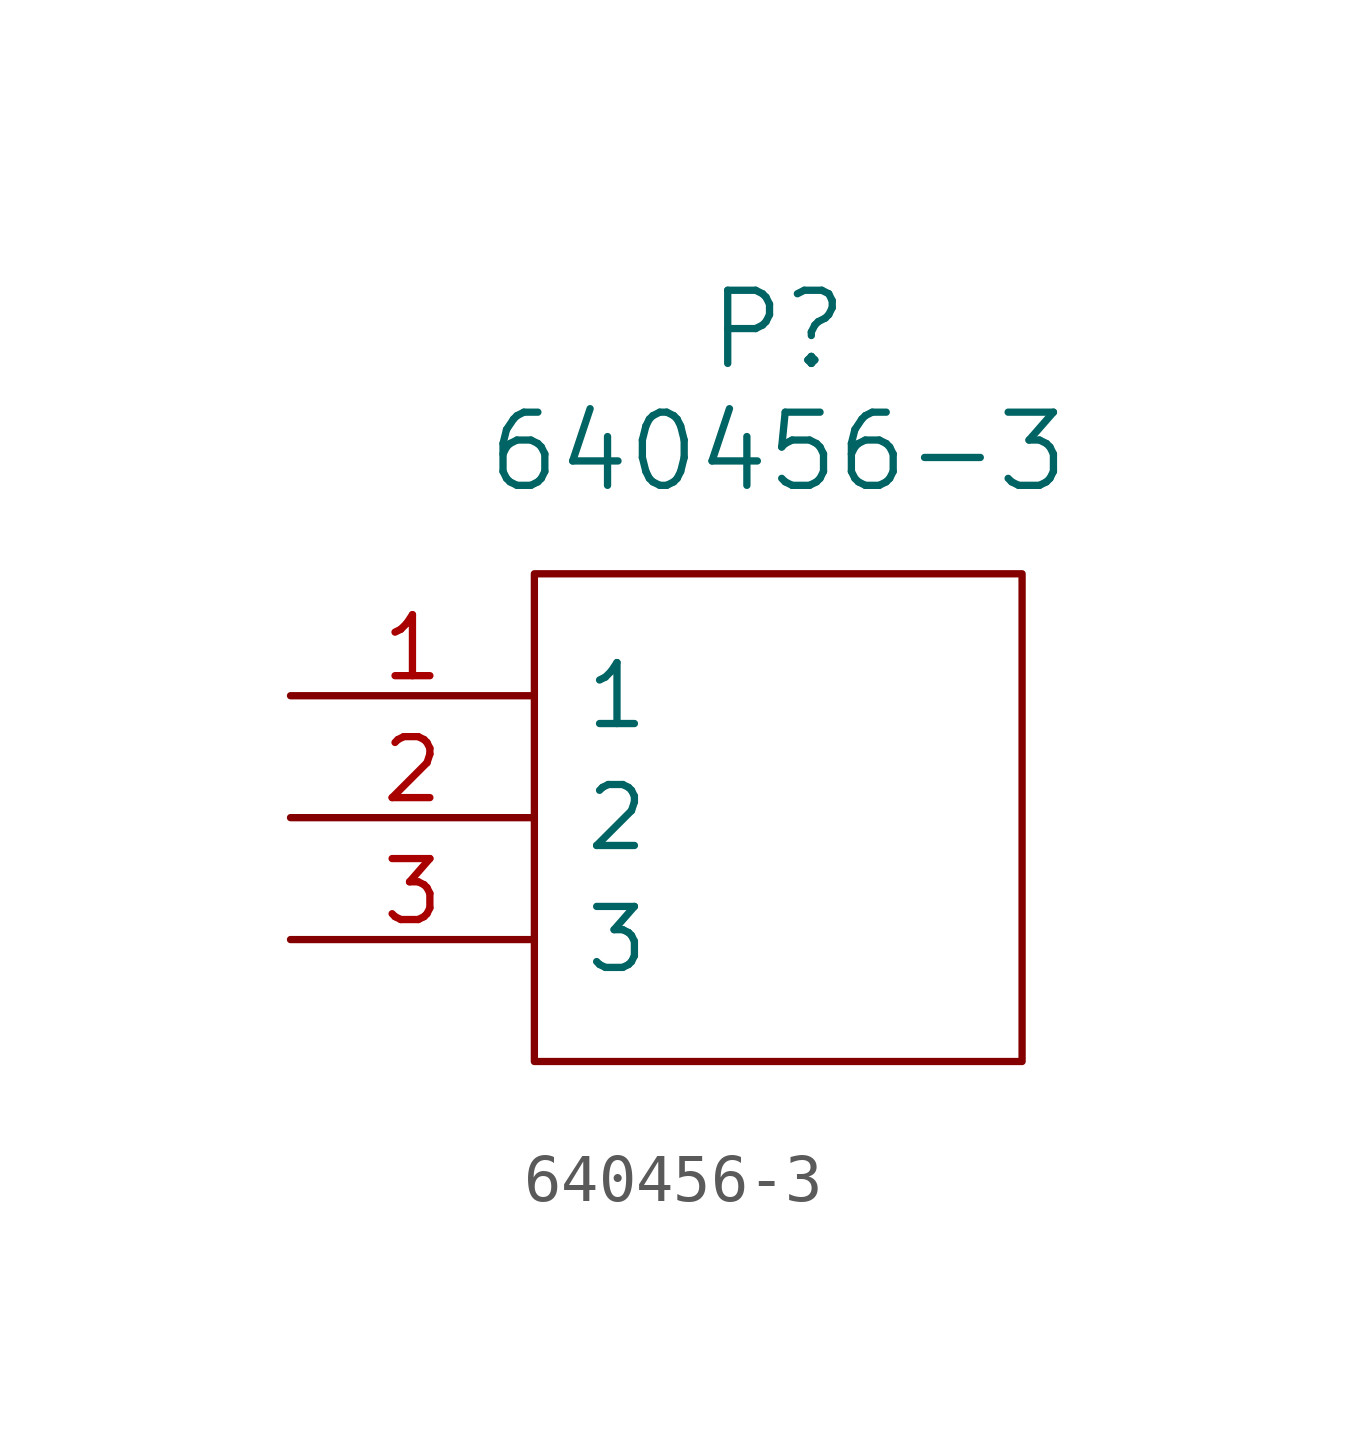
<source format=kicad_sym>
(kicad_symbol_lib
  (version 20220914)
  (generator kicad_symbol_editor)
  (symbol "640456-3"
    (pin_names
      (offset 1.016))
    (property "Reference" "P"
      (at 5.08 15.24 0)
      (effects (font (size 1.524 1.524))))
    (property "Value" "640456-3"
      (at 5.08 12.7 0)
      (effects (font (size 1.524 1.524))))
    (property "Datasheet" ""
      (at 5.08 15.24 0)
      (effects (font (size 1.524 1.524))))
    (symbol "640456-3_0_1"
      (rectangle (start 0 0) (end 10.16 10.16) (stroke (width 0) (type solid)) (fill (type none))))
    (symbol "640456-3_1_1"
      (pin passive line (at -5.08 7.62 0) (length 5.08) (name "1" (effects (font (size 1.27 1.27)))) (number "1" (effects (font (size 1.27 1.27)))))
      (pin passive line (at -5.08 5.08 0) (length 5.08) (name "2" (effects (font (size 1.27 1.27)))) (number "2" (effects (font (size 1.27 1.27)))))
      (pin passive line (at -5.08 2.54 0) (length 5.08) (name "3" (effects (font (size 1.27 1.27)))) (number "3" (effects (font (size 1.27 1.27))))))))
</source>
